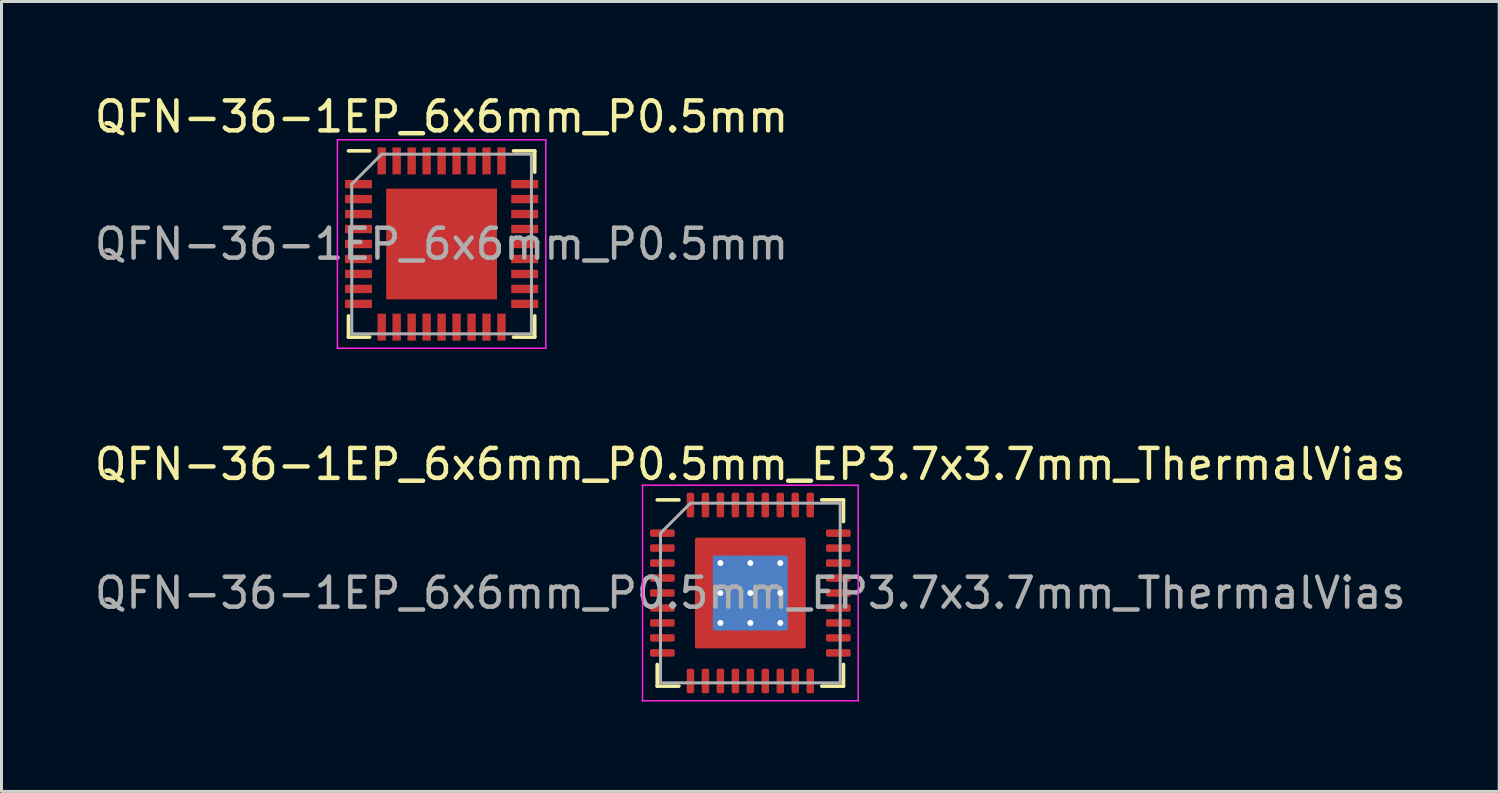
<source format=kicad_pcb>
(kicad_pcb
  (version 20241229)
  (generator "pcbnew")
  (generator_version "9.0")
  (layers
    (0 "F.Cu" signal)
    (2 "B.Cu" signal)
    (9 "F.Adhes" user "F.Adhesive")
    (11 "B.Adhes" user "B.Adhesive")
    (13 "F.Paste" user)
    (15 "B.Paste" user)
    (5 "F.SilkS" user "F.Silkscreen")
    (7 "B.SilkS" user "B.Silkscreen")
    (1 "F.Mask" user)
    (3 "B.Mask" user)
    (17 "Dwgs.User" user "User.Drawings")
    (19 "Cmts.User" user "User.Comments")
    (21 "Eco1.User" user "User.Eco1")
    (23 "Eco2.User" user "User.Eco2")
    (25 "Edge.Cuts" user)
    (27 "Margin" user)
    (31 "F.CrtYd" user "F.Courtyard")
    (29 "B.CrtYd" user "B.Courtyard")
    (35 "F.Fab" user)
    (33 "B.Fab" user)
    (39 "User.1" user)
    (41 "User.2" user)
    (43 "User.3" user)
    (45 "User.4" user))
  (footprint "QFN-36-1EP_6x6mm_P0.5mm_EP3.7x3.7mm_ThermalVias"
    (layer "F.Cu")
    (at 22.006 16.752)
    (property "Reference" "QFN-36-1EP_6x6mm_P0.5mm_EP3.7x3.7mm_ThermalVias" (at 0 -4.3 0) (layer "F.SilkS") (effects (font (size 1 1) (thickness 0.15))))
    (attr smd)
    (fp_line (start -3.11 3.11) (end -3.11 2.385) (stroke (width 0.12) (type solid)) (layer "F.SilkS"))
    (fp_line (start -2.385 -3.11) (end -3.11 -3.11) (stroke (width 0.12) (type solid)) (layer "F.SilkS"))
    (fp_line (start -2.385 3.11) (end -3.11 3.11) (stroke (width 0.12) (type solid)) (layer "F.SilkS"))
    (fp_line (start 2.385 -3.11) (end 3.11 -3.11) (stroke (width 0.12) (type solid)) (layer "F.SilkS"))
    (fp_line (start 2.385 3.11) (end 3.11 3.11) (stroke (width 0.12) (type solid)) (layer "F.SilkS"))
    (fp_line (start 3.11 -3.11) (end 3.11 -2.385) (stroke (width 0.12) (type solid)) (layer "F.SilkS"))
    (fp_line (start 3.11 3.11) (end 3.11 2.385) (stroke (width 0.12) (type solid)) (layer "F.SilkS"))
    (fp_line (start -3.6 -3.6) (end -3.6 3.6) (stroke (width 0.05) (type solid)) (layer "F.CrtYd"))
    (fp_line (start -3.6 3.6) (end 3.6 3.6) (stroke (width 0.05) (type solid)) (layer "F.CrtYd"))
    (fp_line (start 3.6 -3.6) (end -3.6 -3.6) (stroke (width 0.05) (type solid)) (layer "F.CrtYd"))
    (fp_line (start 3.6 3.6) (end 3.6 -3.6) (stroke (width 0.05) (type solid)) (layer "F.CrtYd"))
    (fp_line (start -3 -2) (end -2 -3) (stroke (width 0.1) (type solid)) (layer "F.Fab"))
    (fp_line (start -3 3) (end -3 -2) (stroke (width 0.1) (type solid)) (layer "F.Fab"))
    (fp_line (start -2 -3) (end 3 -3) (stroke (width 0.1) (type solid)) (layer "F.Fab"))
    (fp_line (start 3 -3) (end 3 3) (stroke (width 0.1) (type solid)) (layer "F.Fab"))
    (fp_line (start 3 3) (end -3 3) (stroke (width 0.1) (type solid)) (layer "F.Fab"))
    (fp_text user "${REFERENCE}" (at 0 0 0) (layer "F.Fab") (effects (font (size 1 1) (thickness 0.15))))
    (pad "" smd custom (at -1.425 -1.425) (size 0.602 0.602) (layers "F.Paste") (options (anchor circle)) (primitives (gr_poly (pts (xy -0.343 -0.343) (xy 0.343 -0.343) (xy 0.343 0.225) (xy 0.225 0.343) (xy -0.343 0.343)) (width 0) (fill yes))))
    (pad "" smd custom (at -1.425 -0.5) (size 0.612 0.612) (layers "F.Paste") (options (anchor circle)) (primitives (gr_poly (pts (xy -0.343 -0.403) (xy 0.239 -0.403) (xy 0.343 -0.3) (xy 0.343 0.3) (xy 0.239 0.403) (xy -0.343 0.403)) (width 0) (fill yes))))
    (pad "" smd custom (at -1.425 0.5) (size 0.612 0.612) (layers "F.Paste") (options (anchor circle)) (primitives (gr_poly (pts (xy -0.343 -0.403) (xy 0.239 -0.403) (xy 0.343 -0.3) (xy 0.343 0.3) (xy 0.239 0.403) (xy -0.343 0.403)) (width 0) (fill yes))))
    (pad "" smd custom (at -1.425 1.425) (size 0.602 0.602) (layers "F.Paste") (options (anchor circle)) (primitives (gr_poly (pts (xy -0.343 -0.343) (xy 0.225 -0.343) (xy 0.343 -0.225) (xy 0.343 0.343) (xy -0.343 0.343)) (width 0) (fill yes))))
    (pad "" smd custom (at -0.5 -1.425) (size 0.612 0.612) (layers "F.Paste") (options (anchor circle)) (primitives (gr_poly (pts (xy -0.403 -0.343) (xy 0.403 -0.343) (xy 0.403 0.239) (xy 0.3 0.343) (xy -0.3 0.343) (xy -0.403 0.239)) (width 0) (fill yes))))
    (pad "" smd custom (at -0.5 -0.5) (size 0.743 0.743) (layers "F.Paste") (options (anchor circle)) (primitives (gr_poly (pts (xy -0.403 -0.314) (xy -0.314 -0.403) (xy 0.314 -0.403) (xy 0.403 -0.314) (xy 0.403 0.314) (xy 0.314 0.403) (xy -0.314 0.403) (xy -0.403 0.314)) (width 0) (fill yes))))
    (pad "" smd custom (at -0.5 0.5) (size 0.743 0.743) (layers "F.Paste") (options (anchor circle)) (primitives (gr_poly (pts (xy -0.403 -0.314) (xy -0.314 -0.403) (xy 0.314 -0.403) (xy 0.403 -0.314) (xy 0.403 0.314) (xy 0.314 0.403) (xy -0.314 0.403) (xy -0.403 0.314)) (width 0) (fill yes))))
    (pad "" smd custom (at -0.5 1.425) (size 0.612 0.612) (layers "F.Paste") (options (anchor circle)) (primitives (gr_poly (pts (xy -0.403 -0.239) (xy -0.3 -0.343) (xy 0.3 -0.343) (xy 0.403 -0.239) (xy 0.403 0.343) (xy -0.403 0.343)) (width 0) (fill yes))))
    (pad "" smd custom (at 0.5 -1.425) (size 0.612 0.612) (layers "F.Paste") (options (anchor circle)) (primitives (gr_poly (pts (xy -0.403 -0.343) (xy 0.403 -0.343) (xy 0.403 0.239) (xy 0.3 0.343) (xy -0.3 0.343) (xy -0.403 0.239)) (width 0) (fill yes))))
    (pad "" smd custom (at 0.5 -0.5) (size 0.743 0.743) (layers "F.Paste") (options (anchor circle)) (primitives (gr_poly (pts (xy -0.403 -0.314) (xy -0.314 -0.403) (xy 0.314 -0.403) (xy 0.403 -0.314) (xy 0.403 0.314) (xy 0.314 0.403) (xy -0.314 0.403) (xy -0.403 0.314)) (width 0) (fill yes))))
    (pad "" smd custom (at 0.5 0.5) (size 0.743 0.743) (layers "F.Paste") (options (anchor circle)) (primitives (gr_poly (pts (xy -0.403 -0.314) (xy -0.314 -0.403) (xy 0.314 -0.403) (xy 0.403 -0.314) (xy 0.403 0.314) (xy 0.314 0.403) (xy -0.314 0.403) (xy -0.403 0.314)) (width 0) (fill yes))))
    (pad "" smd custom (at 0.5 1.425) (size 0.612 0.612) (layers "F.Paste") (options (anchor circle)) (primitives (gr_poly (pts (xy -0.403 -0.239) (xy -0.3 -0.343) (xy 0.3 -0.343) (xy 0.403 -0.239) (xy 0.403 0.343) (xy -0.403 0.343)) (width 0) (fill yes))))
    (pad "" smd custom (at 1.425 -1.425) (size 0.602 0.602) (layers "F.Paste") (options (anchor circle)) (primitives (gr_poly (pts (xy -0.343 -0.343) (xy 0.343 -0.343) (xy 0.343 0.343) (xy -0.225 0.343) (xy -0.343 0.225)) (width 0) (fill yes))))
    (pad "" smd custom (at 1.425 -0.5) (size 0.612 0.612) (layers "F.Paste") (options (anchor circle)) (primitives (gr_poly (pts (xy -0.343 -0.3) (xy -0.239 -0.403) (xy 0.343 -0.403) (xy 0.343 0.403) (xy -0.239 0.403) (xy -0.343 0.3)) (width 0) (fill yes))))
    (pad "" smd custom (at 1.425 0.5) (size 0.612 0.612) (layers "F.Paste") (options (anchor circle)) (primitives (gr_poly (pts (xy -0.343 -0.3) (xy -0.239 -0.403) (xy 0.343 -0.403) (xy 0.343 0.403) (xy -0.239 0.403) (xy -0.343 0.3)) (width 0) (fill yes))))
    (pad "" smd custom (at 1.425 1.425) (size 0.602 0.602) (layers "F.Paste") (options (anchor circle)) (primitives (gr_poly (pts (xy -0.343 -0.225) (xy -0.225 -0.343) (xy 0.343 -0.343) (xy 0.343 0.343) (xy -0.343 0.343)) (width 0) (fill yes))))
    (pad "1" smd roundrect (at -2.938 -2) (size 0.825 0.25) (layers "F.Cu" "F.Mask" "F.Paste") (roundrect_rratio 0.25))
    (pad "2" smd roundrect (at -2.938 -1.5) (size 0.825 0.25) (layers "F.Cu" "F.Mask" "F.Paste") (roundrect_rratio 0.25))
    (pad "3" smd roundrect (at -2.938 -1) (size 0.825 0.25) (layers "F.Cu" "F.Mask" "F.Paste") (roundrect_rratio 0.25))
    (pad "4" smd roundrect (at -2.938 -0.5) (size 0.825 0.25) (layers "F.Cu" "F.Mask" "F.Paste") (roundrect_rratio 0.25))
    (pad "5" smd roundrect (at -2.938 0) (size 0.825 0.25) (layers "F.Cu" "F.Mask" "F.Paste") (roundrect_rratio 0.25))
    (pad "6" smd roundrect (at -2.938 0.5) (size 0.825 0.25) (layers "F.Cu" "F.Mask" "F.Paste") (roundrect_rratio 0.25))
    (pad "7" smd roundrect (at -2.938 1) (size 0.825 0.25) (layers "F.Cu" "F.Mask" "F.Paste") (roundrect_rratio 0.25))
    (pad "8" smd roundrect (at -2.938 1.5) (size 0.825 0.25) (layers "F.Cu" "F.Mask" "F.Paste") (roundrect_rratio 0.25))
    (pad "9" smd roundrect (at -2.938 2) (size 0.825 0.25) (layers "F.Cu" "F.Mask" "F.Paste") (roundrect_rratio 0.25))
    (pad "10" smd roundrect (at -2 2.938) (size 0.25 0.825) (layers "F.Cu" "F.Mask" "F.Paste") (roundrect_rratio 0.25))
    (pad "11" smd roundrect (at -1.5 2.938) (size 0.25 0.825) (layers "F.Cu" "F.Mask" "F.Paste") (roundrect_rratio 0.25))
    (pad "12" smd roundrect (at -1 2.938) (size 0.25 0.825) (layers "F.Cu" "F.Mask" "F.Paste") (roundrect_rratio 0.25))
    (pad "13" smd roundrect (at -0.5 2.938) (size 0.25 0.825) (layers "F.Cu" "F.Mask" "F.Paste") (roundrect_rratio 0.25))
    (pad "14" smd roundrect (at 0 2.938) (size 0.25 0.825) (layers "F.Cu" "F.Mask" "F.Paste") (roundrect_rratio 0.25))
    (pad "15" smd roundrect (at 0.5 2.938) (size 0.25 0.825) (layers "F.Cu" "F.Mask" "F.Paste") (roundrect_rratio 0.25))
    (pad "16" smd roundrect (at 1 2.938) (size 0.25 0.825) (layers "F.Cu" "F.Mask" "F.Paste") (roundrect_rratio 0.25))
    (pad "17" smd roundrect (at 1.5 2.938) (size 0.25 0.825) (layers "F.Cu" "F.Mask" "F.Paste") (roundrect_rratio 0.25))
    (pad "18" smd roundrect (at 2 2.938) (size 0.25 0.825) (layers "F.Cu" "F.Mask" "F.Paste") (roundrect_rratio 0.25))
    (pad "19" smd roundrect (at 2.938 2) (size 0.825 0.25) (layers "F.Cu" "F.Mask" "F.Paste") (roundrect_rratio 0.25))
    (pad "20" smd roundrect (at 2.938 1.5) (size 0.825 0.25) (layers "F.Cu" "F.Mask" "F.Paste") (roundrect_rratio 0.25))
    (pad "21" smd roundrect (at 2.938 1) (size 0.825 0.25) (layers "F.Cu" "F.Mask" "F.Paste") (roundrect_rratio 0.25))
    (pad "22" smd roundrect (at 2.938 0.5) (size 0.825 0.25) (layers "F.Cu" "F.Mask" "F.Paste") (roundrect_rratio 0.25))
    (pad "23" smd roundrect (at 2.938 0) (size 0.825 0.25) (layers "F.Cu" "F.Mask" "F.Paste") (roundrect_rratio 0.25))
    (pad "24" smd roundrect (at 2.938 -0.5) (size 0.825 0.25) (layers "F.Cu" "F.Mask" "F.Paste") (roundrect_rratio 0.25))
    (pad "25" smd roundrect (at 2.938 -1) (size 0.825 0.25) (layers "F.Cu" "F.Mask" "F.Paste") (roundrect_rratio 0.25))
    (pad "26" smd roundrect (at 2.938 -1.5) (size 0.825 0.25) (layers "F.Cu" "F.Mask" "F.Paste") (roundrect_rratio 0.25))
    (pad "27" smd roundrect (at 2.938 -2) (size 0.825 0.25) (layers "F.Cu" "F.Mask" "F.Paste") (roundrect_rratio 0.25))
    (pad "28" smd roundrect (at 2 -2.938) (size 0.25 0.825) (layers "F.Cu" "F.Mask" "F.Paste") (roundrect_rratio 0.25))
    (pad "29" smd roundrect (at 1.5 -2.938) (size 0.25 0.825) (layers "F.Cu" "F.Mask" "F.Paste") (roundrect_rratio 0.25))
    (pad "30" smd roundrect (at 1 -2.938) (size 0.25 0.825) (layers "F.Cu" "F.Mask" "F.Paste") (roundrect_rratio 0.25))
    (pad "31" smd roundrect (at 0.5 -2.938) (size 0.25 0.825) (layers "F.Cu" "F.Mask" "F.Paste") (roundrect_rratio 0.25))
    (pad "32" smd roundrect (at 0 -2.938) (size 0.25 0.825) (layers "F.Cu" "F.Mask" "F.Paste") (roundrect_rratio 0.25))
    (pad "33" smd roundrect (at -0.5 -2.938) (size 0.25 0.825) (layers "F.Cu" "F.Mask" "F.Paste") (roundrect_rratio 0.25))
    (pad "34" smd roundrect (at -1 -2.938) (size 0.25 0.825) (layers "F.Cu" "F.Mask" "F.Paste") (roundrect_rratio 0.25))
    (pad "35" smd roundrect (at -1.5 -2.938) (size 0.25 0.825) (layers "F.Cu" "F.Mask" "F.Paste") (roundrect_rratio 0.25))
    (pad "36" smd roundrect (at -2 -2.938) (size 0.25 0.825) (layers "F.Cu" "F.Mask" "F.Paste") (roundrect_rratio 0.25))
    (pad "37" thru_hole circle (at -1 -1) (size 0.5 0.5) (drill 0.2) (layers "*.Cu"))
    (pad "37" thru_hole circle (at -1 0) (size 0.5 0.5) (drill 0.2) (layers "*.Cu"))
    (pad "37" thru_hole circle (at -1 1) (size 0.5 0.5) (drill 0.2) (layers "*.Cu"))
    (pad "37" thru_hole circle (at 0 -1) (size 0.5 0.5) (drill 0.2) (layers "*.Cu"))
    (pad "37" thru_hole circle (at 0 0) (size 0.5 0.5) (drill 0.2) (layers "*.Cu"))
    (pad "37" smd roundrect (at 0 0) (size 2.5 2.5) (layers "B.Cu") (roundrect_rratio 0.025))
    (pad "37" smd roundrect (at 0 0) (size 3.7 3.7) (layers "F.Cu" "F.Mask") (roundrect_rratio 0.017))
    (pad "37" thru_hole circle (at 0 1) (size 0.5 0.5) (drill 0.2) (layers "*.Cu"))
    (pad "37" thru_hole circle (at 1 -1) (size 0.5 0.5) (drill 0.2) (layers "*.Cu"))
    (pad "37" thru_hole circle (at 1 0) (size 0.5 0.5) (drill 0.2) (layers "*.Cu"))
    (pad "37" thru_hole circle (at 1 1) (size 0.5 0.5) (drill 0.2) (layers "*.Cu")))
  (footprint "QFN-36-1EP_6x6mm_P0.5mm"
    (layer "F.Cu")
    (at 11.696 5.098)
    (property "Reference" "QFN-36-1EP_6x6mm_P0.5mm" (at 0 -4.25 0) (layer "F.SilkS") (effects (font (size 1 1) (thickness 0.15))))
    (attr smd)
    (fp_line (start -3.11 3.11) (end -3.11 2.4) (stroke (width 0.12) (type solid)) (layer "F.SilkS"))
    (fp_line (start -3.11 3.11) (end -2.4 3.11) (stroke (width 0.12) (type solid)) (layer "F.SilkS"))
    (fp_line (start -2.4 -3.11) (end -3.11 -3.11) (stroke (width 0.12) (type solid)) (layer "F.SilkS"))
    (fp_line (start 3.11 -3.11) (end 2.4 -3.11) (stroke (width 0.12) (type solid)) (layer "F.SilkS"))
    (fp_line (start 3.11 -3.11) (end 3.11 -2.4) (stroke (width 0.12) (type solid)) (layer "F.SilkS"))
    (fp_line (start 3.11 3.11) (end 2.4 3.11) (stroke (width 0.12) (type solid)) (layer "F.SilkS"))
    (fp_line (start 3.11 3.11) (end 3.11 2.4) (stroke (width 0.12) (type solid)) (layer "F.SilkS"))
    (fp_line (start -3.48 -3.48) (end -3.48 3.48) (stroke (width 0.05) (type solid)) (layer "F.CrtYd"))
    (fp_line (start -3.48 -3.48) (end 3.48 -3.48) (stroke (width 0.05) (type solid)) (layer "F.CrtYd"))
    (fp_line (start -3.48 3.48) (end 3.48 3.48) (stroke (width 0.05) (type solid)) (layer "F.CrtYd"))
    (fp_line (start 3.48 -3.48) (end 3.48 3.48) (stroke (width 0.05) (type solid)) (layer "F.CrtYd"))
    (fp_line (start -3 -2) (end -2 -3) (stroke (width 0.1) (type solid)) (layer "F.Fab"))
    (fp_line (start -3 3) (end -3 -2) (stroke (width 0.1) (type solid)) (layer "F.Fab"))
    (fp_line (start -2 -3) (end 3 -3) (stroke (width 0.1) (type solid)) (layer "F.Fab"))
    (fp_line (start 3 -3) (end 3 3) (stroke (width 0.1) (type solid)) (layer "F.Fab"))
    (fp_line (start 3 3) (end -3 3) (stroke (width 0.1) (type solid)) (layer "F.Fab"))
    (fp_text user "${REFERENCE}" (at 0 0 0) (layer "F.Fab") (effects (font (size 1 1) (thickness 0.15))))
    (pad "" smd rect (at -1.387 -1.387) (size 0.827 0.827) (layers "F.Paste"))
    (pad "" smd rect (at -1.387 -0.463) (size 0.827 0.827) (layers "F.Paste"))
    (pad "" smd rect (at -1.387 0.463) (size 0.827 0.827) (layers "F.Paste"))
    (pad "" smd rect (at -1.387 1.387) (size 0.827 0.827) (layers "F.Paste"))
    (pad "" smd rect (at -0.463 -1.387) (size 0.827 0.827) (layers "F.Paste"))
    (pad "" smd rect (at -0.463 -0.463) (size 0.827 0.827) (layers "F.Paste"))
    (pad "" smd rect (at -0.463 0.463) (size 0.827 0.827) (layers "F.Paste"))
    (pad "" smd rect (at -0.463 1.387) (size 0.827 0.827) (layers "F.Paste"))
    (pad "" smd rect (at 0.463 -1.387) (size 0.827 0.827) (layers "F.Paste"))
    (pad "" smd rect (at 0.463 -0.463) (size 0.827 0.827) (layers "F.Paste"))
    (pad "" smd rect (at 0.463 0.463) (size 0.827 0.827) (layers "F.Paste"))
    (pad "" smd rect (at 0.463 1.387) (size 0.827 0.827) (layers "F.Paste"))
    (pad "" smd rect (at 1.387 -1.387) (size 0.827 0.827) (layers "F.Paste"))
    (pad "" smd rect (at 1.387 -0.463) (size 0.827 0.827) (layers "F.Paste"))
    (pad "" smd rect (at 1.387 0.463) (size 0.827 0.827) (layers "F.Paste"))
    (pad "" smd rect (at 1.387 1.387) (size 0.827 0.827) (layers "F.Paste"))
    (pad "1" smd rect (at -2.775 -2) (size 0.9 0.28) (layers "F.Cu" "F.Mask" "F.Paste"))
    (pad "2" smd rect (at -2.775 -1.5) (size 0.9 0.28) (layers "F.Cu" "F.Mask" "F.Paste"))
    (pad "3" smd rect (at -2.775 -1) (size 0.9 0.28) (layers "F.Cu" "F.Mask" "F.Paste"))
    (pad "4" smd rect (at -2.775 -0.5) (size 0.9 0.28) (layers "F.Cu" "F.Mask" "F.Paste"))
    (pad "5" smd rect (at -2.775 0) (size 0.9 0.28) (layers "F.Cu" "F.Mask" "F.Paste"))
    (pad "6" smd rect (at -2.775 0.5) (size 0.9 0.28) (layers "F.Cu" "F.Mask" "F.Paste"))
    (pad "7" smd rect (at -2.775 1) (size 0.9 0.28) (layers "F.Cu" "F.Mask" "F.Paste"))
    (pad "8" smd rect (at -2.775 1.5) (size 0.9 0.28) (layers "F.Cu" "F.Mask" "F.Paste"))
    (pad "9" smd rect (at -2.775 2) (size 0.9 0.28) (layers "F.Cu" "F.Mask" "F.Paste"))
    (pad "10" smd rect (at -2 2.775 90) (size 0.9 0.28) (layers "F.Cu" "F.Mask" "F.Paste"))
    (pad "11" smd rect (at -1.5 2.775 90) (size 0.9 0.28) (layers "F.Cu" "F.Mask" "F.Paste"))
    (pad "12" smd rect (at -1 2.775 90) (size 0.9 0.28) (layers "F.Cu" "F.Mask" "F.Paste"))
    (pad "13" smd rect (at -0.5 2.775 90) (size 0.9 0.28) (layers "F.Cu" "F.Mask" "F.Paste"))
    (pad "14" smd rect (at 0 2.775 90) (size 0.9 0.28) (layers "F.Cu" "F.Mask" "F.Paste"))
    (pad "15" smd rect (at 0.5 2.775 90) (size 0.9 0.28) (layers "F.Cu" "F.Mask" "F.Paste"))
    (pad "16" smd rect (at 1 2.775 90) (size 0.9 0.28) (layers "F.Cu" "F.Mask" "F.Paste"))
    (pad "17" smd rect (at 1.5 2.775 90) (size 0.9 0.28) (layers "F.Cu" "F.Mask" "F.Paste"))
    (pad "18" smd rect (at 2 2.775 90) (size 0.9 0.28) (layers "F.Cu" "F.Mask" "F.Paste"))
    (pad "19" smd rect (at 2.775 2) (size 0.9 0.28) (layers "F.Cu" "F.Mask" "F.Paste"))
    (pad "20" smd rect (at 2.775 1.5) (size 0.9 0.28) (layers "F.Cu" "F.Mask" "F.Paste"))
    (pad "21" smd rect (at 2.775 1) (size 0.9 0.28) (layers "F.Cu" "F.Mask" "F.Paste"))
    (pad "22" smd rect (at 2.775 0.5) (size 0.9 0.28) (layers "F.Cu" "F.Mask" "F.Paste"))
    (pad "23" smd rect (at 2.775 0) (size 0.9 0.28) (layers "F.Cu" "F.Mask" "F.Paste"))
    (pad "24" smd rect (at 2.775 -0.5) (size 0.9 0.28) (layers "F.Cu" "F.Mask" "F.Paste"))
    (pad "25" smd rect (at 2.775 -1) (size 0.9 0.28) (layers "F.Cu" "F.Mask" "F.Paste"))
    (pad "26" smd rect (at 2.775 -1.5) (size 0.9 0.28) (layers "F.Cu" "F.Mask" "F.Paste"))
    (pad "27" smd rect (at 2.775 -2) (size 0.9 0.28) (layers "F.Cu" "F.Mask" "F.Paste"))
    (pad "28" smd rect (at 2 -2.775 90) (size 0.9 0.28) (layers "F.Cu" "F.Mask" "F.Paste"))
    (pad "29" smd rect (at 1.5 -2.775 90) (size 0.9 0.28) (layers "F.Cu" "F.Mask" "F.Paste"))
    (pad "30" smd rect (at 1 -2.775 90) (size 0.9 0.28) (layers "F.Cu" "F.Mask" "F.Paste"))
    (pad "31" smd rect (at 0.5 -2.775 90) (size 0.9 0.28) (layers "F.Cu" "F.Mask" "F.Paste"))
    (pad "32" smd rect (at 0 -2.775 90) (size 0.9 0.28) (layers "F.Cu" "F.Mask" "F.Paste"))
    (pad "33" smd rect (at -0.5 -2.775 90) (size 0.9 0.28) (layers "F.Cu" "F.Mask" "F.Paste"))
    (pad "34" smd rect (at -1 -2.775 90) (size 0.9 0.28) (layers "F.Cu" "F.Mask" "F.Paste"))
    (pad "35" smd rect (at -1.5 -2.775 90) (size 0.9 0.28) (layers "F.Cu" "F.Mask" "F.Paste"))
    (pad "36" smd rect (at -2 -2.775 90) (size 0.9 0.28) (layers "F.Cu" "F.Mask" "F.Paste"))
    (pad "37" smd rect (at 0 0) (size 3.7 3.7) (layers "F.Cu" "F.Mask")))
  (gr_rect
    (start -3 -3)
    (end 47.012 23.377)
    (stroke (width 0.1) (type default))
    (fill no)
    (layer "Edge.Cuts")))
</source>
